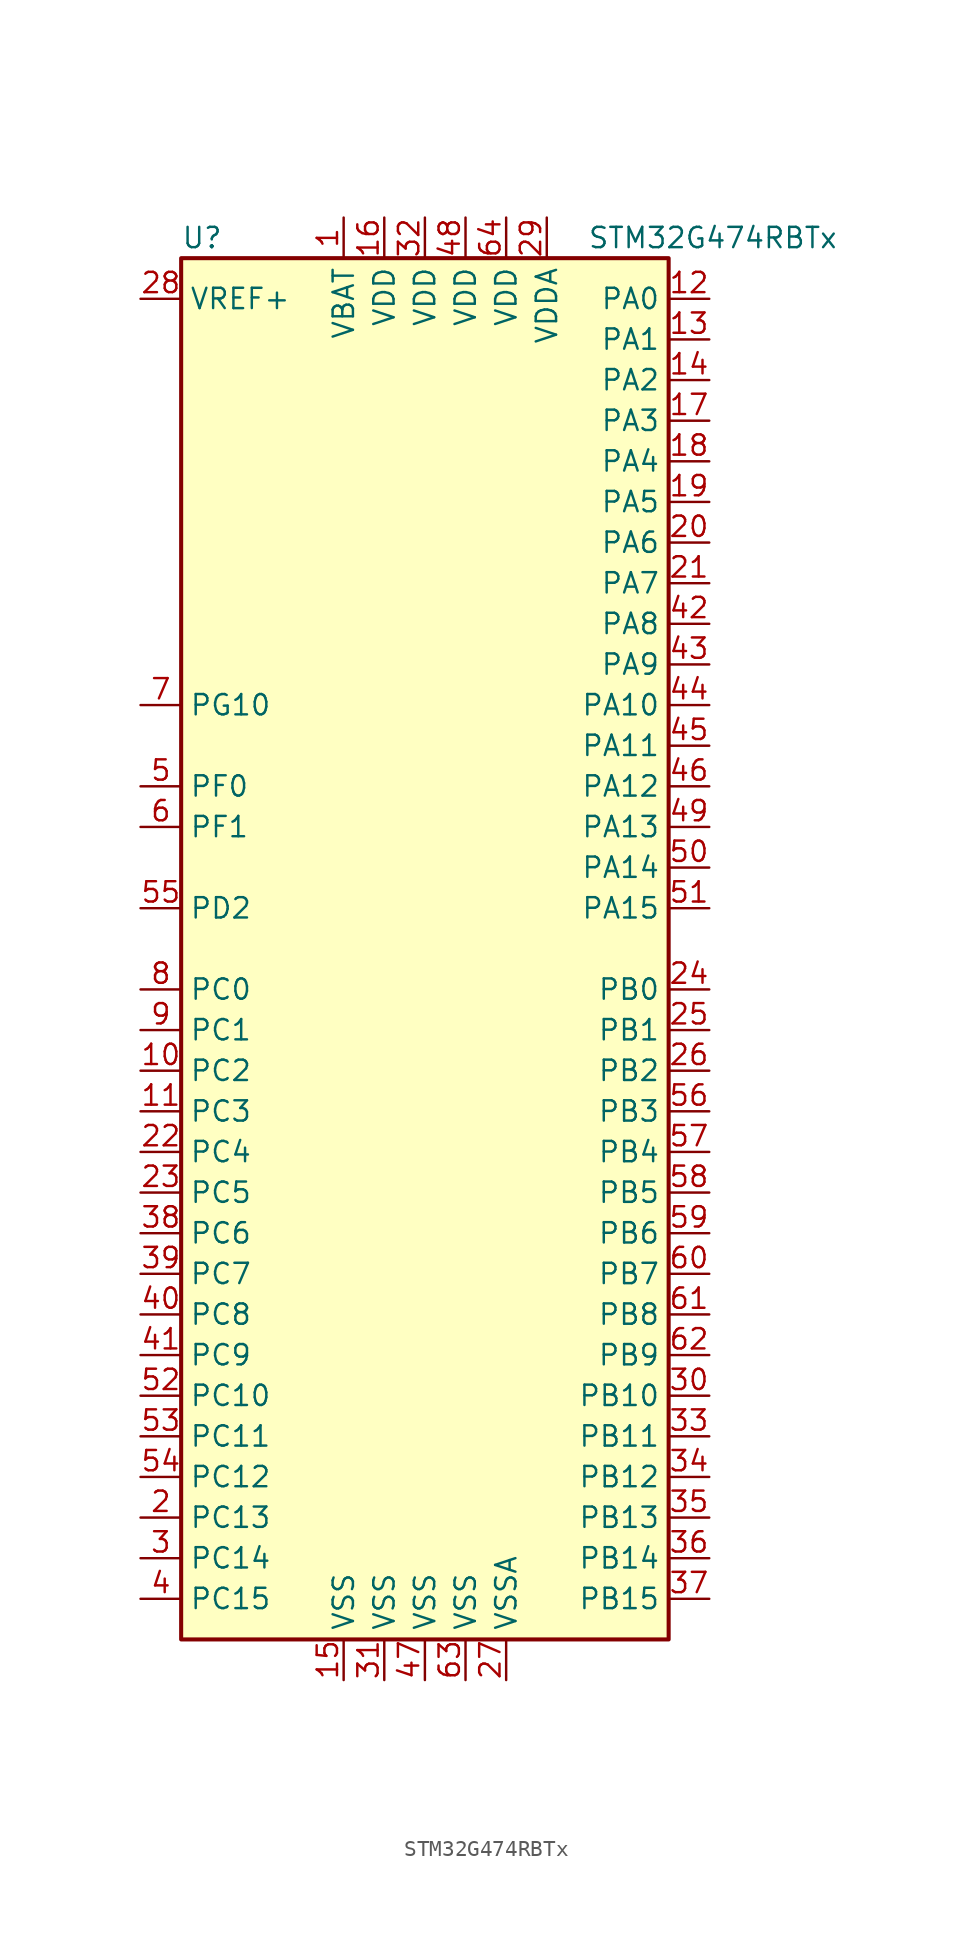
<source format=kicad_sym>
(kicad_symbol_lib
  (version 20201113)
  (generator kicad-library-utils)
  (symbol "STM32G474RBTx"
    (property "Reference" "U"
      (at -15.24 44.45 0)
      (effects (font (size 1.27 1.27)) (justify left)))
    (property "Value" "STM32G474RBTx"
      (at 10.16 44.45 0)
      (effects (font (size 1.27 1.27)) (justify left)))
    (property "ki_fp_filters" "LQFP*10x10mm*P0.5mm*"
      (at 0 0 0)
      (effects (font (size 1.27 1.27))))
    (symbol "STM32G474RBTx_0_1"
      (rectangle (start -15.24 -43.18) (end 15.24 43.18) (stroke (width 0.254)) (fill (type background))))
    (symbol "STM32G474RBTx_1_1"
      (pin bidirectional line (at -17.78 -40.64 0) (length 2.54) (name "PC15" (effects (font (size 1.27 1.27)))) (number "4" (effects (font (size 1.27 1.27)))))
      (pin bidirectional line (at -17.78 -38.1 0) (length 2.54) (name "PC14" (effects (font (size 1.27 1.27)))) (number "3" (effects (font (size 1.27 1.27)))))
      (pin bidirectional line (at -17.78 -35.56 0) (length 2.54) (name "PC13" (effects (font (size 1.27 1.27)))) (number "2" (effects (font (size 1.27 1.27)))))
      (pin bidirectional line (at -17.78 -33.02 0) (length 2.54) (name "PC12" (effects (font (size 1.27 1.27)))) (number "54" (effects (font (size 1.27 1.27)))))
      (pin bidirectional line (at -17.78 -30.48 0) (length 2.54) (name "PC11" (effects (font (size 1.27 1.27)))) (number "53" (effects (font (size 1.27 1.27)))))
      (pin bidirectional line (at -17.78 -27.94 0) (length 2.54) (name "PC10" (effects (font (size 1.27 1.27)))) (number "52" (effects (font (size 1.27 1.27)))))
      (pin bidirectional line (at -17.78 -25.4 0) (length 2.54) (name "PC9" (effects (font (size 1.27 1.27)))) (number "41" (effects (font (size 1.27 1.27)))))
      (pin bidirectional line (at -17.78 -22.86 0) (length 2.54) (name "PC8" (effects (font (size 1.27 1.27)))) (number "40" (effects (font (size 1.27 1.27)))))
      (pin bidirectional line (at -17.78 -20.32 0) (length 2.54) (name "PC7" (effects (font (size 1.27 1.27)))) (number "39" (effects (font (size 1.27 1.27)))))
      (pin bidirectional line (at -17.78 -17.78 0) (length 2.54) (name "PC6" (effects (font (size 1.27 1.27)))) (number "38" (effects (font (size 1.27 1.27)))))
      (pin bidirectional line (at -17.78 -15.24 0) (length 2.54) (name "PC5" (effects (font (size 1.27 1.27)))) (number "23" (effects (font (size 1.27 1.27)))))
      (pin bidirectional line (at -17.78 -12.7 0) (length 2.54) (name "PC4" (effects (font (size 1.27 1.27)))) (number "22" (effects (font (size 1.27 1.27)))))
      (pin bidirectional line (at -17.78 -10.16 0) (length 2.54) (name "PC3" (effects (font (size 1.27 1.27)))) (number "11" (effects (font (size 1.27 1.27)))))
      (pin bidirectional line (at -17.78 -7.62 0) (length 2.54) (name "PC2" (effects (font (size 1.27 1.27)))) (number "10" (effects (font (size 1.27 1.27)))))
      (pin bidirectional line (at -17.78 -5.08 0) (length 2.54) (name "PC1" (effects (font (size 1.27 1.27)))) (number "9" (effects (font (size 1.27 1.27)))))
      (pin bidirectional line (at -17.78 -2.54 0) (length 2.54) (name "PC0" (effects (font (size 1.27 1.27)))) (number "8" (effects (font (size 1.27 1.27)))))
      (pin bidirectional line (at -17.78 2.54 0) (length 2.54) (name "PD2" (effects (font (size 1.27 1.27)))) (number "55" (effects (font (size 1.27 1.27)))))
      (pin input line (at -17.78 7.62 0) (length 2.54) (name "PF1" (effects (font (size 1.27 1.27)))) (number "6" (effects (font (size 1.27 1.27)))))
      (pin input line (at -17.78 10.16 0) (length 2.54) (name "PF0" (effects (font (size 1.27 1.27)))) (number "5" (effects (font (size 1.27 1.27)))))
      (pin bidirectional line (at -17.78 15.24 0) (length 2.54) (name "PG10" (effects (font (size 1.27 1.27)))) (number "7" (effects (font (size 1.27 1.27)))))
      (pin bidirectional line (at -17.78 40.64 0) (length 2.54) (name "VREF+" (effects (font (size 1.27 1.27)))) (number "28" (effects (font (size 1.27 1.27)))))
      (pin bidirectional line (at 17.78 -40.64 180) (length 2.54) (name "PB15" (effects (font (size 1.27 1.27)))) (number "37" (effects (font (size 1.27 1.27)))))
      (pin bidirectional line (at 17.78 -38.1 180) (length 2.54) (name "PB14" (effects (font (size 1.27 1.27)))) (number "36" (effects (font (size 1.27 1.27)))))
      (pin bidirectional line (at 17.78 -35.56 180) (length 2.54) (name "PB13" (effects (font (size 1.27 1.27)))) (number "35" (effects (font (size 1.27 1.27)))))
      (pin bidirectional line (at 17.78 -33.02 180) (length 2.54) (name "PB12" (effects (font (size 1.27 1.27)))) (number "34" (effects (font (size 1.27 1.27)))))
      (pin bidirectional line (at 17.78 -30.48 180) (length 2.54) (name "PB11" (effects (font (size 1.27 1.27)))) (number "33" (effects (font (size 1.27 1.27)))))
      (pin bidirectional line (at 17.78 -27.94 180) (length 2.54) (name "PB10" (effects (font (size 1.27 1.27)))) (number "30" (effects (font (size 1.27 1.27)))))
      (pin bidirectional line (at 17.78 -25.4 180) (length 2.54) (name "PB9" (effects (font (size 1.27 1.27)))) (number "62" (effects (font (size 1.27 1.27)))))
      (pin bidirectional line (at 17.78 -22.86 180) (length 2.54) (name "PB8" (effects (font (size 1.27 1.27)))) (number "61" (effects (font (size 1.27 1.27)))))
      (pin bidirectional line (at 17.78 -20.32 180) (length 2.54) (name "PB7" (effects (font (size 1.27 1.27)))) (number "60" (effects (font (size 1.27 1.27)))))
      (pin bidirectional line (at 17.78 -17.78 180) (length 2.54) (name "PB6" (effects (font (size 1.27 1.27)))) (number "59" (effects (font (size 1.27 1.27)))))
      (pin bidirectional line (at 17.78 -15.24 180) (length 2.54) (name "PB5" (effects (font (size 1.27 1.27)))) (number "58" (effects (font (size 1.27 1.27)))))
      (pin bidirectional line (at 17.78 -12.7 180) (length 2.54) (name "PB4" (effects (font (size 1.27 1.27)))) (number "57" (effects (font (size 1.27 1.27)))))
      (pin bidirectional line (at 17.78 -10.16 180) (length 2.54) (name "PB3" (effects (font (size 1.27 1.27)))) (number "56" (effects (font (size 1.27 1.27)))))
      (pin bidirectional line (at 17.78 -7.62 180) (length 2.54) (name "PB2" (effects (font (size 1.27 1.27)))) (number "26" (effects (font (size 1.27 1.27)))))
      (pin bidirectional line (at 17.78 -5.08 180) (length 2.54) (name "PB1" (effects (font (size 1.27 1.27)))) (number "25" (effects (font (size 1.27 1.27)))))
      (pin bidirectional line (at 17.78 -2.54 180) (length 2.54) (name "PB0" (effects (font (size 1.27 1.27)))) (number "24" (effects (font (size 1.27 1.27)))))
      (pin bidirectional line (at 17.78 2.54 180) (length 2.54) (name "PA15" (effects (font (size 1.27 1.27)))) (number "51" (effects (font (size 1.27 1.27)))))
      (pin bidirectional line (at 17.78 5.08 180) (length 2.54) (name "PA14" (effects (font (size 1.27 1.27)))) (number "50" (effects (font (size 1.27 1.27)))))
      (pin bidirectional line (at 17.78 7.62 180) (length 2.54) (name "PA13" (effects (font (size 1.27 1.27)))) (number "49" (effects (font (size 1.27 1.27)))))
      (pin bidirectional line (at 17.78 10.16 180) (length 2.54) (name "PA12" (effects (font (size 1.27 1.27)))) (number "46" (effects (font (size 1.27 1.27)))))
      (pin bidirectional line (at 17.78 12.7 180) (length 2.54) (name "PA11" (effects (font (size 1.27 1.27)))) (number "45" (effects (font (size 1.27 1.27)))))
      (pin bidirectional line (at 17.78 15.24 180) (length 2.54) (name "PA10" (effects (font (size 1.27 1.27)))) (number "44" (effects (font (size 1.27 1.27)))))
      (pin bidirectional line (at 17.78 17.78 180) (length 2.54) (name "PA9" (effects (font (size 1.27 1.27)))) (number "43" (effects (font (size 1.27 1.27)))))
      (pin bidirectional line (at 17.78 20.32 180) (length 2.54) (name "PA8" (effects (font (size 1.27 1.27)))) (number "42" (effects (font (size 1.27 1.27)))))
      (pin bidirectional line (at 17.78 22.86 180) (length 2.54) (name "PA7" (effects (font (size 1.27 1.27)))) (number "21" (effects (font (size 1.27 1.27)))))
      (pin bidirectional line (at 17.78 25.4 180) (length 2.54) (name "PA6" (effects (font (size 1.27 1.27)))) (number "20" (effects (font (size 1.27 1.27)))))
      (pin bidirectional line (at 17.78 27.94 180) (length 2.54) (name "PA5" (effects (font (size 1.27 1.27)))) (number "19" (effects (font (size 1.27 1.27)))))
      (pin bidirectional line (at 17.78 30.48 180) (length 2.54) (name "PA4" (effects (font (size 1.27 1.27)))) (number "18" (effects (font (size 1.27 1.27)))))
      (pin bidirectional line (at 17.78 33.02 180) (length 2.54) (name "PA3" (effects (font (size 1.27 1.27)))) (number "17" (effects (font (size 1.27 1.27)))))
      (pin bidirectional line (at 17.78 35.56 180) (length 2.54) (name "PA2" (effects (font (size 1.27 1.27)))) (number "14" (effects (font (size 1.27 1.27)))))
      (pin bidirectional line (at 17.78 38.1 180) (length 2.54) (name "PA1" (effects (font (size 1.27 1.27)))) (number "13" (effects (font (size 1.27 1.27)))))
      (pin bidirectional line (at 17.78 40.64 180) (length 2.54) (name "PA0" (effects (font (size 1.27 1.27)))) (number "12" (effects (font (size 1.27 1.27)))))
      (pin power_in line (at -5.08 45.72 270) (length 2.54) (name "VBAT" (effects (font (size 1.27 1.27)))) (number "1" (effects (font (size 1.27 1.27)))))
      (pin power_in line (at -2.54 45.72 270) (length 2.54) (name "VDD" (effects (font (size 1.27 1.27)))) (number "16" (effects (font (size 1.27 1.27)))))
      (pin power_in line (at 0.0 45.72 270) (length 2.54) (name "VDD" (effects (font (size 1.27 1.27)))) (number "32" (effects (font (size 1.27 1.27)))))
      (pin power_in line (at 2.54 45.72 270) (length 2.54) (name "VDD" (effects (font (size 1.27 1.27)))) (number "48" (effects (font (size 1.27 1.27)))))
      (pin power_in line (at 5.08 45.72 270) (length 2.54) (name "VDD" (effects (font (size 1.27 1.27)))) (number "64" (effects (font (size 1.27 1.27)))))
      (pin power_in line (at 7.62 45.72 270) (length 2.54) (name "VDDA" (effects (font (size 1.27 1.27)))) (number "29" (effects (font (size 1.27 1.27)))))
      (pin power_in line (at -5.08 -45.72 90) (length 2.54) (name "VSS" (effects (font (size 1.27 1.27)))) (number "15" (effects (font (size 1.27 1.27)))))
      (pin power_in line (at -2.54 -45.72 90) (length 2.54) (name "VSS" (effects (font (size 1.27 1.27)))) (number "31" (effects (font (size 1.27 1.27)))))
      (pin power_in line (at 0.0 -45.72 90) (length 2.54) (name "VSS" (effects (font (size 1.27 1.27)))) (number "47" (effects (font (size 1.27 1.27)))))
      (pin power_in line (at 2.54 -45.72 90) (length 2.54) (name "VSS" (effects (font (size 1.27 1.27)))) (number "63" (effects (font (size 1.27 1.27)))))
      (pin power_in line (at 5.08 -45.72 90) (length 2.54) (name "VSSA" (effects (font (size 1.27 1.27)))) (number "27" (effects (font (size 1.27 1.27))))))))
</source>
